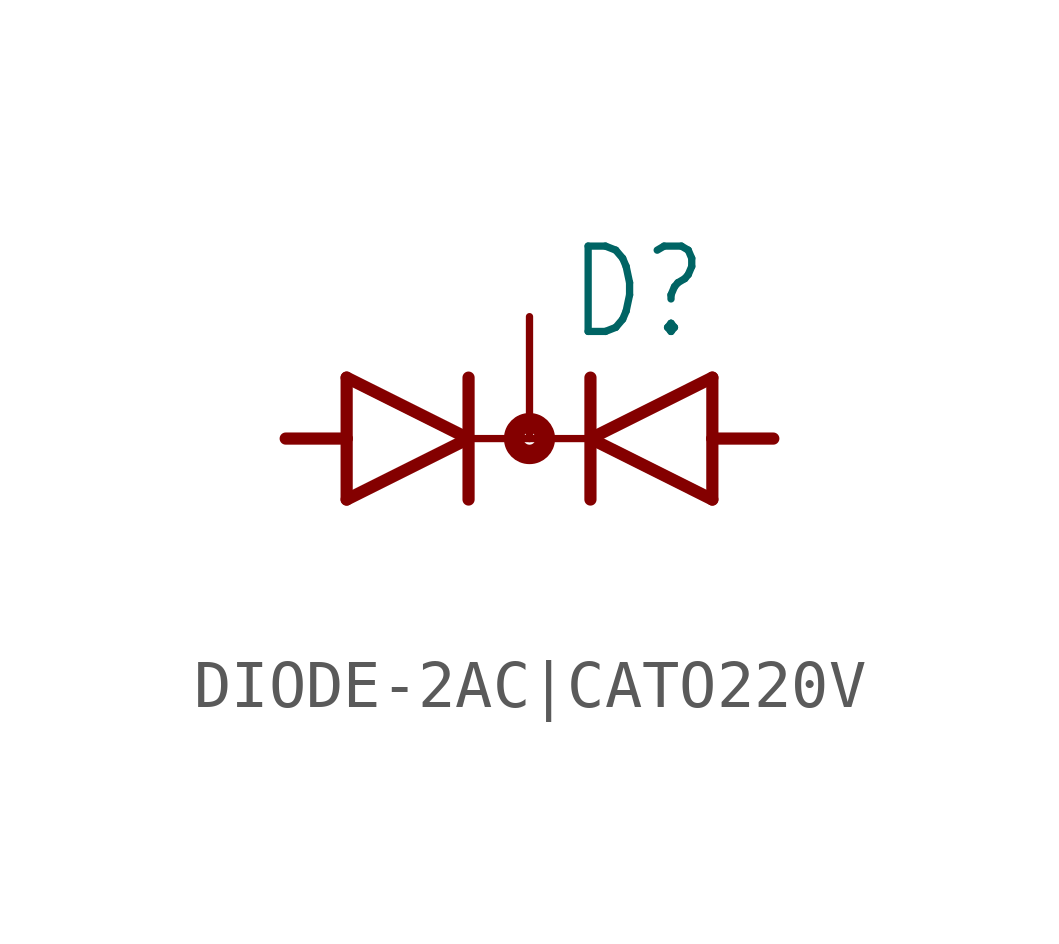
<source format=kicad_sym>
(kicad_symbol_lib
  (version 20231120)
  (generator "kicad_symbol_editor")
  (generator_version "8.0")
  (symbol "DIODE-2AC|CATO220V"
    (property "Reference" "D"
      (at 0.762 2.007 0)
      (effects (font (size 1.778 1.511)) (justify left bottom)))
    (property "Value" ""
      (at -4.826 -3.454 0)
      (effects (font (size 1.778 1.511)) (justify left bottom)))
    (property "ki_locked" ""
      (at 0 0 0)
      (effects (font (size 1.27 1.27))))
    (symbol "DIODE-2AC|CATO220V_1_0"
      (polyline (pts (xy -3.81 -1.27) (xy -1.27 0)) (stroke (width 0.254) (type solid)) (fill (type none)))
      (polyline (pts (xy -3.81 0) (xy -5.08 0)) (stroke (width 0.254) (type solid)) (fill (type none)))
      (polyline (pts (xy -3.81 0) (xy -3.81 -1.27)) (stroke (width 0.254) (type solid)) (fill (type none)))
      (polyline (pts (xy -3.81 1.27) (xy -3.81 0)) (stroke (width 0.254) (type solid)) (fill (type none)))
      (polyline (pts (xy -1.27 0) (xy -3.81 1.27)) (stroke (width 0.254) (type solid)) (fill (type none)))
      (polyline (pts (xy -1.27 0) (xy -1.27 -1.27)) (stroke (width 0.254) (type solid)) (fill (type none)))
      (polyline (pts (xy -1.27 0) (xy 1.27 0)) (stroke (width 0.152) (type solid)) (fill (type none)))
      (polyline (pts (xy -1.27 1.27) (xy -1.27 0)) (stroke (width 0.254) (type solid)) (fill (type none)))
      (polyline (pts (xy 1.27 -1.27) (xy 1.27 0)) (stroke (width 0.254) (type solid)) (fill (type none)))
      (polyline (pts (xy 1.27 0) (xy 1.27 1.27)) (stroke (width 0.254) (type solid)) (fill (type none)))
      (polyline (pts (xy 1.27 0) (xy 3.81 -1.27)) (stroke (width 0.254) (type solid)) (fill (type none)))
      (polyline (pts (xy 3.81 -1.27) (xy 3.81 0)) (stroke (width 0.254) (type solid)) (fill (type none)))
      (polyline (pts (xy 3.81 0) (xy 3.81 1.27)) (stroke (width 0.254) (type solid)) (fill (type none)))
      (polyline (pts (xy 3.81 0) (xy 5.08 0)) (stroke (width 0.254) (type solid)) (fill (type none)))
      (polyline (pts (xy 3.81 1.27) (xy 1.27 0)) (stroke (width 0.254) (type solid)) (fill (type none)))
      (circle (center 0 0) (radius 0.127) (stroke (width 0.406) (type solid)) (fill (type none)))
      (pin passive line (at -5.08 0 0) (length 0) (name "A1" (effects (font (size 0 0)))) (number "A1" (effects (font (size 0 0)))))
      (pin passive line (at 5.08 0 180) (length 0) (name "A2" (effects (font (size 0 0)))) (number "A2" (effects (font (size 0 0)))))
      (pin passive line (at 0 2.54 270) (length 2.54) (name "C" (effects (font (size 0 0)))) (number "C" (effects (font (size 0 0))))))))
</source>
